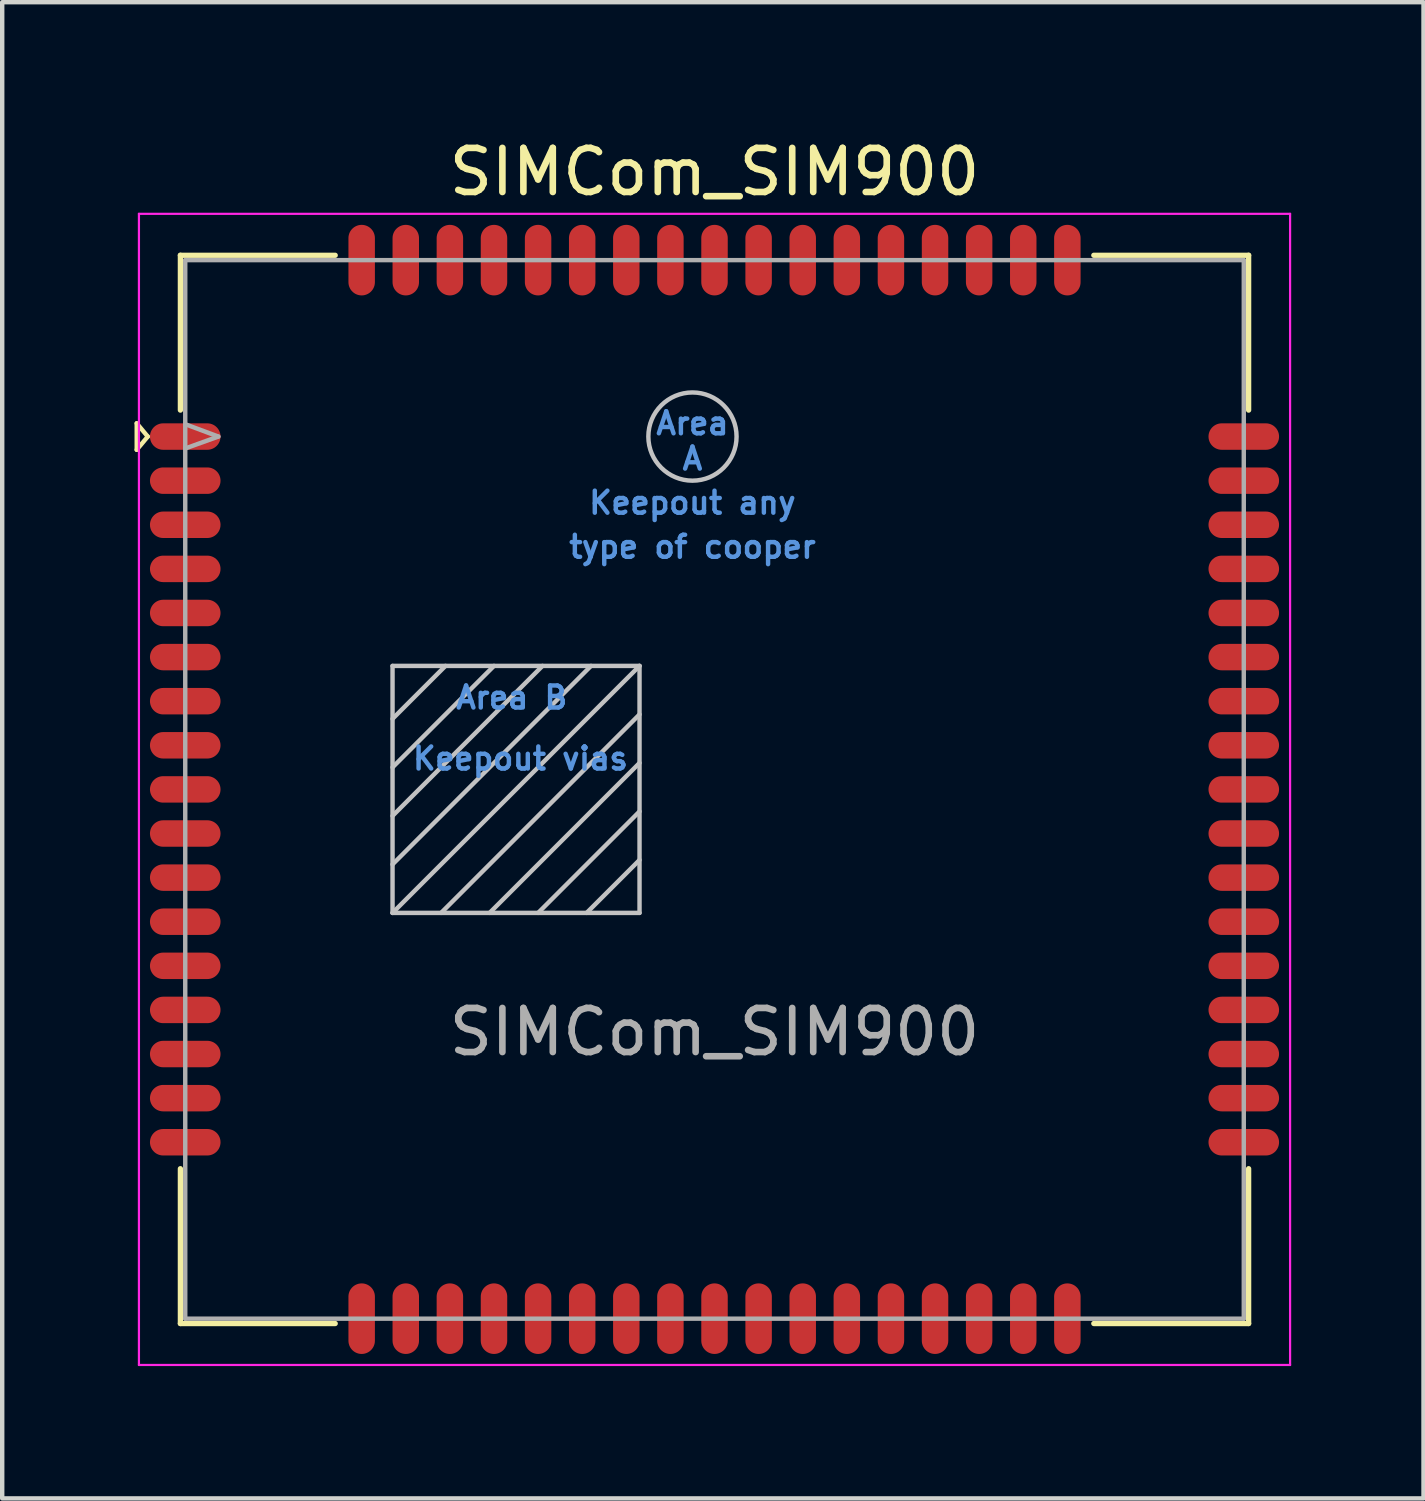
<source format=kicad_pcb>
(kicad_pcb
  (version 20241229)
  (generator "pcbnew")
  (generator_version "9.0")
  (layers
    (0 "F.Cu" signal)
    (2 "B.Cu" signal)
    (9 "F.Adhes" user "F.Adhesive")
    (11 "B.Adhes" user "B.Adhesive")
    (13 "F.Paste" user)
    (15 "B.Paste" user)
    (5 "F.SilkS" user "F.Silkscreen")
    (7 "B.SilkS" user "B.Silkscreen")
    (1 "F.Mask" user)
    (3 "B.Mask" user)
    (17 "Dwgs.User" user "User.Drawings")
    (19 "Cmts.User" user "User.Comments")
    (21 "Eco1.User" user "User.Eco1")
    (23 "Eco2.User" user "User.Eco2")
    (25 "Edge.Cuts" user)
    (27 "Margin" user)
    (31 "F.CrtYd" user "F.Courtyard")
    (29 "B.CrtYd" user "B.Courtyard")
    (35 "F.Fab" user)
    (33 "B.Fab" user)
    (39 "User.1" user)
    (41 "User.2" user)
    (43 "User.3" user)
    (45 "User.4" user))
  (footprint "SIMCom_SIM900"
    (layer "F.Cu")
    (at 13.15 14.848)
    (property "Reference" "SIMCom_SIM900" (at 0 -14 0) (layer "F.SilkS") (effects (font (size 1 1) (thickness 0.15))))
    (attr smd)
    (fp_line (start -13.1 -8.3) (end -13.1 -7.7) (stroke (width 0.1) (type solid)) (layer "F.SilkS"))
    (fp_line (start -12.85 -8) (end -13.1 -8.3) (stroke (width 0.1) (type solid)) (layer "F.SilkS"))
    (fp_line (start -12.85 -8) (end -13.1 -7.7) (stroke (width 0.1) (type solid)) (layer "F.SilkS"))
    (fp_line (start -12.11 -12.11) (end -12.11 -8.6) (stroke (width 0.12) (type solid)) (layer "F.SilkS"))
    (fp_line (start -12.11 -12.11) (end -8.6 -12.11) (stroke (width 0.12) (type solid)) (layer "F.SilkS"))
    (fp_line (start -12.11 8.6) (end -12.11 12.11) (stroke (width 0.12) (type solid)) (layer "F.SilkS"))
    (fp_line (start -12.11 12.11) (end -8.6 12.11) (stroke (width 0.12) (type solid)) (layer "F.SilkS"))
    (fp_line (start 8.6 -12.11) (end 12.11 -12.11) (stroke (width 0.12) (type solid)) (layer "F.SilkS"))
    (fp_line (start 8.6 12.11) (end 12.11 12.11) (stroke (width 0.12) (type solid)) (layer "F.SilkS"))
    (fp_line (start 12.11 -12.11) (end 12.11 -8.6) (stroke (width 0.12) (type solid)) (layer "F.SilkS"))
    (fp_line (start 12.11 8.6) (end 12.11 12.11) (stroke (width 0.12) (type solid)) (layer "F.SilkS"))
    (fp_line (start -7.3 -2.8) (end -1.7 -2.8) (stroke (width 0.1) (type solid)) (layer "Dwgs.User"))
    (fp_line (start -7.3 2.8) (end -7.3 -2.8) (stroke (width 0.1) (type solid)) (layer "Dwgs.User"))
    (fp_line (start -7.3 2.8) (end -1.7 -2.8) (stroke (width 0.1) (type solid)) (layer "Dwgs.User"))
    (fp_line (start -7.3 2.8) (end -1.7 2.8) (stroke (width 0.1) (type solid)) (layer "Dwgs.User"))
    (fp_line (start -6.2 2.8) (end -1.7 -1.7) (stroke (width 0.1) (type solid)) (layer "Dwgs.User"))
    (fp_line (start -6.1 -2.8) (end -7.3 -1.6) (stroke (width 0.1) (type solid)) (layer "Dwgs.User"))
    (fp_line (start -5.1 2.8) (end -1.7 -0.6) (stroke (width 0.1) (type solid)) (layer "Dwgs.User"))
    (fp_line (start -5 -2.8) (end -7.3 -0.5) (stroke (width 0.1) (type solid)) (layer "Dwgs.User"))
    (fp_line (start -4 2.8) (end -1.7 0.5) (stroke (width 0.1) (type solid)) (layer "Dwgs.User"))
    (fp_line (start -3.9 -2.8) (end -7.3 0.6) (stroke (width 0.1) (type solid)) (layer "Dwgs.User"))
    (fp_line (start -2.9 2.8) (end -1.7 1.6) (stroke (width 0.1) (type solid)) (layer "Dwgs.User"))
    (fp_line (start -2.8 -2.8) (end -7.3 1.7) (stroke (width 0.1) (type solid)) (layer "Dwgs.User"))
    (fp_line (start -1.7 2.8) (end -1.7 -2.8) (stroke (width 0.1) (type solid)) (layer "Dwgs.User"))
    (fp_circle (center -0.5 -8) (end -0.5 -9) (stroke (width 0.1) (type solid)) (fill no) (layer "Dwgs.User"))
    (fp_line (start -13.05 -13.05) (end 13.05 -13.05) (stroke (width 0.05) (type solid)) (layer "F.CrtYd"))
    (fp_line (start -13.05 13.05) (end -13.05 -13.05) (stroke (width 0.05) (type solid)) (layer "F.CrtYd"))
    (fp_line (start 13.05 -13.05) (end 13.05 13.05) (stroke (width 0.05) (type solid)) (layer "F.CrtYd"))
    (fp_line (start 13.05 13.05) (end -13.05 13.05) (stroke (width 0.05) (type solid)) (layer "F.CrtYd"))
    (fp_line (start -12 -12) (end 12 -12) (stroke (width 0.1) (type solid)) (layer "F.Fab"))
    (fp_line (start -12 -8.28) (end -11.25 -8) (stroke (width 0.1) (type solid)) (layer "F.Fab"))
    (fp_line (start -12 12) (end -12 -12) (stroke (width 0.1) (type solid)) (layer "F.Fab"))
    (fp_line (start -11.25 -8) (end -12 -7.73) (stroke (width 0.1) (type solid)) (layer "F.Fab"))
    (fp_line (start 12 -12) (end 12 12) (stroke (width 0.1) (type solid)) (layer "F.Fab"))
    (fp_line (start 12 12) (end -12 12) (stroke (width 0.1) (type solid)) (layer "F.Fab"))
    (fp_text user "type of cooper" (at -0.5 -5.5 0) (layer "Cmts.User") (effects (font (size 0.5 0.5) (thickness 0.1))))
    (fp_text user "Keepout vias" (at -4.4 -0.7 0) (layer "Cmts.User") (effects (font (size 0.5 0.5) (thickness 0.1))))
    (fp_text user "Area" (at -0.5 -8.3 0) (layer "Cmts.User") (effects (font (size 0.5 0.5) (thickness 0.1))))
    (fp_text user "Area B" (at -4.597 -2.083 0) (layer "Cmts.User") (effects (font (size 0.5 0.5) (thickness 0.1))))
    (fp_text user "Keepout any" (at -0.5 -6.5 0) (layer "Cmts.User") (effects (font (size 0.5 0.5) (thickness 0.1))))
    (fp_text user "A" (at -0.5 -7.5 0) (layer "Cmts.User") (effects (font (size 0.5 0.5) (thickness 0.1))))
    (fp_text user "${REFERENCE}" (at 0 5.5 0) (layer "F.Fab") (effects (font (size 1 1) (thickness 0.15))))
    (pad "1" smd oval (at -12 -8) (size 1.6 0.6) (layers "F.Cu" "F.Mask" "F.Paste"))
    (pad "2" smd oval (at -12 -7) (size 1.6 0.6) (layers "F.Cu" "F.Mask" "F.Paste"))
    (pad "3" smd oval (at -12 -6) (size 1.6 0.6) (layers "F.Cu" "F.Mask" "F.Paste"))
    (pad "4" smd oval (at -12 -5) (size 1.6 0.6) (layers "F.Cu" "F.Mask" "F.Paste"))
    (pad "5" smd oval (at -12 -4) (size 1.6 0.6) (layers "F.Cu" "F.Mask" "F.Paste"))
    (pad "6" smd oval (at -12 -3) (size 1.6 0.6) (layers "F.Cu" "F.Mask" "F.Paste"))
    (pad "7" smd oval (at -12 -2) (size 1.6 0.6) (layers "F.Cu" "F.Mask" "F.Paste"))
    (pad "8" smd oval (at -12 -1) (size 1.6 0.6) (layers "F.Cu" "F.Mask" "F.Paste"))
    (pad "9" smd oval (at -12 0) (size 1.6 0.6) (layers "F.Cu" "F.Mask" "F.Paste"))
    (pad "10" smd oval (at -12 1) (size 1.6 0.6) (layers "F.Cu" "F.Mask" "F.Paste"))
    (pad "11" smd oval (at -12 2) (size 1.6 0.6) (layers "F.Cu" "F.Mask" "F.Paste"))
    (pad "12" smd oval (at -12 3) (size 1.6 0.6) (layers "F.Cu" "F.Mask" "F.Paste"))
    (pad "13" smd oval (at -12 4) (size 1.6 0.6) (layers "F.Cu" "F.Mask" "F.Paste"))
    (pad "14" smd oval (at -12 5) (size 1.6 0.6) (layers "F.Cu" "F.Mask" "F.Paste"))
    (pad "15" smd oval (at -12 6) (size 1.6 0.6) (layers "F.Cu" "F.Mask" "F.Paste"))
    (pad "16" smd oval (at -12 7) (size 1.6 0.6) (layers "F.Cu" "F.Mask" "F.Paste"))
    (pad "17" smd oval (at -12 8) (size 1.6 0.6) (layers "F.Cu" "F.Mask" "F.Paste"))
    (pad "18" smd oval (at -8 12) (size 0.6 1.6) (layers "F.Cu" "F.Mask" "F.Paste"))
    (pad "19" smd oval (at -7 12) (size 0.6 1.6) (layers "F.Cu" "F.Mask" "F.Paste"))
    (pad "20" smd oval (at -6 12) (size 0.6 1.6) (layers "F.Cu" "F.Mask" "F.Paste"))
    (pad "21" smd oval (at -5 12) (size 0.6 1.6) (layers "F.Cu" "F.Mask" "F.Paste"))
    (pad "22" smd oval (at -4 12) (size 0.6 1.6) (layers "F.Cu" "F.Mask" "F.Paste"))
    (pad "23" smd oval (at -3 12) (size 0.6 1.6) (layers "F.Cu" "F.Mask" "F.Paste"))
    (pad "24" smd oval (at -2 12) (size 0.6 1.6) (layers "F.Cu" "F.Mask" "F.Paste"))
    (pad "25" smd oval (at -1 12) (size 0.6 1.6) (layers "F.Cu" "F.Mask" "F.Paste"))
    (pad "26" smd oval (at 0 12) (size 0.6 1.6) (layers "F.Cu" "F.Mask" "F.Paste"))
    (pad "27" smd oval (at 1 12) (size 0.6 1.6) (layers "F.Cu" "F.Mask" "F.Paste"))
    (pad "28" smd oval (at 2 12) (size 0.6 1.6) (layers "F.Cu" "F.Mask" "F.Paste"))
    (pad "29" smd oval (at 3 12) (size 0.6 1.6) (layers "F.Cu" "F.Mask" "F.Paste"))
    (pad "30" smd oval (at 4 12) (size 0.6 1.6) (layers "F.Cu" "F.Mask" "F.Paste"))
    (pad "31" smd oval (at 5 12) (size 0.6 1.6) (layers "F.Cu" "F.Mask" "F.Paste"))
    (pad "32" smd oval (at 6 12) (size 0.6 1.6) (layers "F.Cu" "F.Mask" "F.Paste"))
    (pad "33" smd oval (at 7 12) (size 0.6 1.6) (layers "F.Cu" "F.Mask" "F.Paste"))
    (pad "34" smd oval (at 8 12) (size 0.6 1.6) (layers "F.Cu" "F.Mask" "F.Paste"))
    (pad "35" smd oval (at 12 8) (size 1.6 0.6) (layers "F.Cu" "F.Mask" "F.Paste"))
    (pad "36" smd oval (at 12 7) (size 1.6 0.6) (layers "F.Cu" "F.Mask" "F.Paste"))
    (pad "37" smd oval (at 12 6) (size 1.6 0.6) (layers "F.Cu" "F.Mask" "F.Paste"))
    (pad "38" smd oval (at 12 5) (size 1.6 0.6) (layers "F.Cu" "F.Mask" "F.Paste"))
    (pad "39" smd oval (at 12 4) (size 1.6 0.6) (layers "F.Cu" "F.Mask" "F.Paste"))
    (pad "40" smd oval (at 12 3) (size 1.6 0.6) (layers "F.Cu" "F.Mask" "F.Paste"))
    (pad "41" smd oval (at 12 2) (size 1.6 0.6) (layers "F.Cu" "F.Mask" "F.Paste"))
    (pad "42" smd oval (at 12 1) (size 1.6 0.6) (layers "F.Cu" "F.Mask" "F.Paste"))
    (pad "43" smd oval (at 12 0) (size 1.6 0.6) (layers "F.Cu" "F.Mask" "F.Paste"))
    (pad "44" smd oval (at 12 -1) (size 1.6 0.6) (layers "F.Cu" "F.Mask" "F.Paste"))
    (pad "45" smd oval (at 12 -2) (size 1.6 0.6) (layers "F.Cu" "F.Mask" "F.Paste"))
    (pad "46" smd oval (at 12 -3) (size 1.6 0.6) (layers "F.Cu" "F.Mask" "F.Paste"))
    (pad "47" smd oval (at 12 -4) (size 1.6 0.6) (layers "F.Cu" "F.Mask" "F.Paste"))
    (pad "48" smd oval (at 12 -5) (size 1.6 0.6) (layers "F.Cu" "F.Mask" "F.Paste"))
    (pad "49" smd oval (at 12 -6) (size 1.6 0.6) (layers "F.Cu" "F.Mask" "F.Paste"))
    (pad "50" smd oval (at 12 -7) (size 1.6 0.6) (layers "F.Cu" "F.Mask" "F.Paste"))
    (pad "51" smd oval (at 12 -8) (size 1.6 0.6) (layers "F.Cu" "F.Mask" "F.Paste"))
    (pad "52" smd oval (at 8 -12) (size 0.6 1.6) (layers "F.Cu" "F.Mask" "F.Paste"))
    (pad "53" smd oval (at 7 -12) (size 0.6 1.6) (layers "F.Cu" "F.Mask" "F.Paste"))
    (pad "54" smd oval (at 6 -12) (size 0.6 1.6) (layers "F.Cu" "F.Mask" "F.Paste"))
    (pad "55" smd oval (at 5 -12) (size 0.6 1.6) (layers "F.Cu" "F.Mask" "F.Paste"))
    (pad "56" smd oval (at 4 -12) (size 0.6 1.6) (layers "F.Cu" "F.Mask" "F.Paste"))
    (pad "57" smd oval (at 3 -12) (size 0.6 1.6) (layers "F.Cu" "F.Mask" "F.Paste"))
    (pad "58" smd oval (at 2 -12) (size 0.6 1.6) (layers "F.Cu" "F.Mask" "F.Paste"))
    (pad "59" smd oval (at 1 -12) (size 0.6 1.6) (layers "F.Cu" "F.Mask" "F.Paste"))
    (pad "60" smd oval (at 0 -12) (size 0.6 1.6) (layers "F.Cu" "F.Mask" "F.Paste"))
    (pad "61" smd oval (at -1 -12) (size 0.6 1.6) (layers "F.Cu" "F.Mask" "F.Paste"))
    (pad "62" smd oval (at -2 -12) (size 0.6 1.6) (layers "F.Cu" "F.Mask" "F.Paste"))
    (pad "63" smd oval (at -3 -12) (size 0.6 1.6) (layers "F.Cu" "F.Mask" "F.Paste"))
    (pad "64" smd oval (at -4 -12) (size 0.6 1.6) (layers "F.Cu" "F.Mask" "F.Paste"))
    (pad "65" smd oval (at -5 -12) (size 0.6 1.6) (layers "F.Cu" "F.Mask" "F.Paste"))
    (pad "66" smd oval (at -6 -12) (size 0.6 1.6) (layers "F.Cu" "F.Mask" "F.Paste"))
    (pad "67" smd oval (at -7 -12) (size 0.6 1.6) (layers "F.Cu" "F.Mask" "F.Paste"))
    (pad "68" smd oval (at -8 -12) (size 0.6 1.6) (layers "F.Cu" "F.Mask" "F.Paste")))
  (gr_rect
    (start -3 -3)
    (end 29.225 30.923)
    (stroke (width 0.1) (type default))
    (fill no)
    (layer "Edge.Cuts")))
</source>
